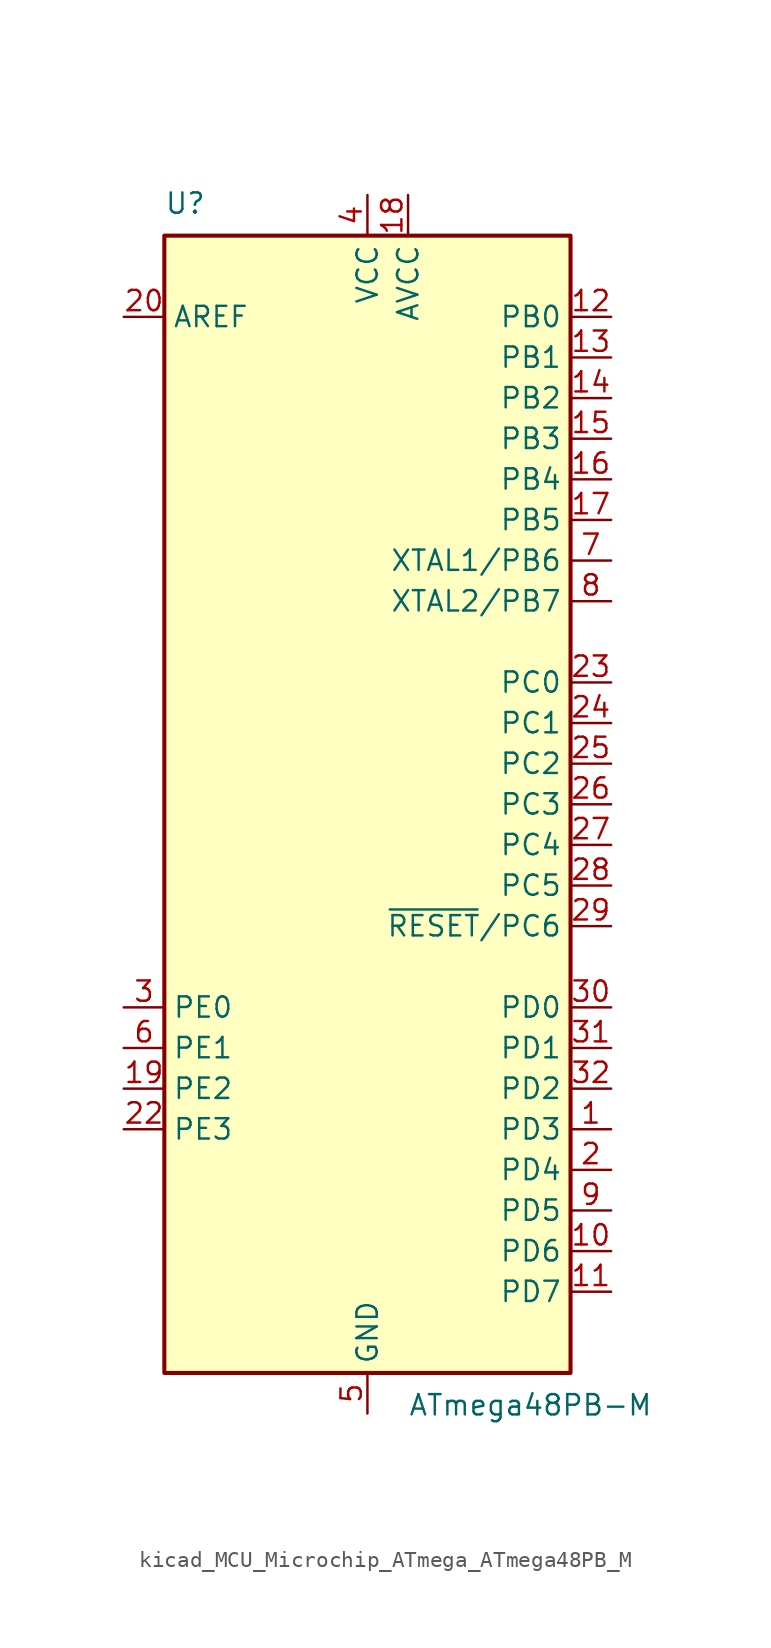
<source format=kicad_sym>
(kicad_symbol_lib
  (version 20220914)
  (generator kicad_symbol_editor)
  (symbol "kicad_MCU_Microchip_ATmega_ATmega48PB_M"
    (property "Reference" "U"
      (at -12.7 36.83 0)
      (effects (font (size 1.27 1.27)) (justify left bottom)))
    (property "Value" "ATmega48PB-M"
      (at 2.54 -36.83 0)
      (effects (font (size 1.27 1.27)) (justify left top)))
    (symbol "kicad_MCU_Microchip_ATmega_ATmega48PB_M_0_1"
      (rectangle (start -12.7 -35.56) (end 12.7 35.56) (stroke (width 0.254) (type default)) (fill (type background))))
    (symbol "kicad_MCU_Microchip_ATmega_ATmega48PB_M_1_1"
      (pin bidirectional line (at 15.24 -20.32 180) (length 2.54) (name "PD3" (effects (font (size 1.27 1.27)))) (number "1" (effects (font (size 1.27 1.27)))))
      (pin bidirectional line (at 15.24 -27.94 180) (length 2.54) (name "PD6" (effects (font (size 1.27 1.27)))) (number "10" (effects (font (size 1.27 1.27)))))
      (pin bidirectional line (at 15.24 -30.48 180) (length 2.54) (name "PD7" (effects (font (size 1.27 1.27)))) (number "11" (effects (font (size 1.27 1.27)))))
      (pin bidirectional line (at 15.24 30.48 180) (length 2.54) (name "PB0" (effects (font (size 1.27 1.27)))) (number "12" (effects (font (size 1.27 1.27)))))
      (pin bidirectional line (at 15.24 27.94 180) (length 2.54) (name "PB1" (effects (font (size 1.27 1.27)))) (number "13" (effects (font (size 1.27 1.27)))))
      (pin bidirectional line (at 15.24 25.4 180) (length 2.54) (name "PB2" (effects (font (size 1.27 1.27)))) (number "14" (effects (font (size 1.27 1.27)))))
      (pin bidirectional line (at 15.24 22.86 180) (length 2.54) (name "PB3" (effects (font (size 1.27 1.27)))) (number "15" (effects (font (size 1.27 1.27)))))
      (pin bidirectional line (at 15.24 20.32 180) (length 2.54) (name "PB4" (effects (font (size 1.27 1.27)))) (number "16" (effects (font (size 1.27 1.27)))))
      (pin bidirectional line (at 15.24 17.78 180) (length 2.54) (name "PB5" (effects (font (size 1.27 1.27)))) (number "17" (effects (font (size 1.27 1.27)))))
      (pin power_in line (at 2.54 38.1 270) (length 2.54) (name "AVCC" (effects (font (size 1.27 1.27)))) (number "18" (effects (font (size 1.27 1.27)))))
      (pin bidirectional line (at -15.24 -17.78 0) (length 2.54) (name "PE2" (effects (font (size 1.27 1.27)))) (number "19" (effects (font (size 1.27 1.27)))))
      (pin bidirectional line (at 15.24 -22.86 180) (length 2.54) (name "PD4" (effects (font (size 1.27 1.27)))) (number "2" (effects (font (size 1.27 1.27)))))
      (pin passive line (at -15.24 30.48 0) (length 2.54) (name "AREF" (effects (font (size 1.27 1.27)))) (number "20" (effects (font (size 1.27 1.27)))))
      (pin passive line (at 0 -38.1 90) (length 2.54) hide (name "GND" (effects (font (size 1.27 1.27)))) (number "21" (effects (font (size 1.27 1.27)))))
      (pin bidirectional line (at -15.24 -20.32 0) (length 2.54) (name "PE3" (effects (font (size 1.27 1.27)))) (number "22" (effects (font (size 1.27 1.27)))))
      (pin bidirectional line (at 15.24 7.62 180) (length 2.54) (name "PC0" (effects (font (size 1.27 1.27)))) (number "23" (effects (font (size 1.27 1.27)))))
      (pin bidirectional line (at 15.24 5.08 180) (length 2.54) (name "PC1" (effects (font (size 1.27 1.27)))) (number "24" (effects (font (size 1.27 1.27)))))
      (pin bidirectional line (at 15.24 2.54 180) (length 2.54) (name "PC2" (effects (font (size 1.27 1.27)))) (number "25" (effects (font (size 1.27 1.27)))))
      (pin bidirectional line (at 15.24 0 180) (length 2.54) (name "PC3" (effects (font (size 1.27 1.27)))) (number "26" (effects (font (size 1.27 1.27)))))
      (pin bidirectional line (at 15.24 -2.54 180) (length 2.54) (name "PC4" (effects (font (size 1.27 1.27)))) (number "27" (effects (font (size 1.27 1.27)))))
      (pin bidirectional line (at 15.24 -5.08 180) (length 2.54) (name "PC5" (effects (font (size 1.27 1.27)))) (number "28" (effects (font (size 1.27 1.27)))))
      (pin bidirectional line (at 15.24 -7.62 180) (length 2.54) (name "~{RESET}/PC6" (effects (font (size 1.27 1.27)))) (number "29" (effects (font (size 1.27 1.27)))))
      (pin bidirectional line (at -15.24 -12.7 0) (length 2.54) (name "PE0" (effects (font (size 1.27 1.27)))) (number "3" (effects (font (size 1.27 1.27)))))
      (pin bidirectional line (at 15.24 -12.7 180) (length 2.54) (name "PD0" (effects (font (size 1.27 1.27)))) (number "30" (effects (font (size 1.27 1.27)))))
      (pin bidirectional line (at 15.24 -15.24 180) (length 2.54) (name "PD1" (effects (font (size 1.27 1.27)))) (number "31" (effects (font (size 1.27 1.27)))))
      (pin bidirectional line (at 15.24 -17.78 180) (length 2.54) (name "PD2" (effects (font (size 1.27 1.27)))) (number "32" (effects (font (size 1.27 1.27)))))
      (pin passive line (at 0 -38.1 90) (length 2.54) hide (name "GND" (effects (font (size 1.27 1.27)))) (number "33" (effects (font (size 1.27 1.27)))))
      (pin power_in line (at 0 38.1 270) (length 2.54) (name "VCC" (effects (font (size 1.27 1.27)))) (number "4" (effects (font (size 1.27 1.27)))))
      (pin power_in line (at 0 -38.1 90) (length 2.54) (name "GND" (effects (font (size 1.27 1.27)))) (number "5" (effects (font (size 1.27 1.27)))))
      (pin bidirectional line (at -15.24 -15.24 0) (length 2.54) (name "PE1" (effects (font (size 1.27 1.27)))) (number "6" (effects (font (size 1.27 1.27)))))
      (pin bidirectional line (at 15.24 15.24 180) (length 2.54) (name "XTAL1/PB6" (effects (font (size 1.27 1.27)))) (number "7" (effects (font (size 1.27 1.27)))))
      (pin bidirectional line (at 15.24 12.7 180) (length 2.54) (name "XTAL2/PB7" (effects (font (size 1.27 1.27)))) (number "8" (effects (font (size 1.27 1.27)))))
      (pin bidirectional line (at 15.24 -25.4 180) (length 2.54) (name "PD5" (effects (font (size 1.27 1.27)))) (number "9" (effects (font (size 1.27 1.27))))))))
</source>
